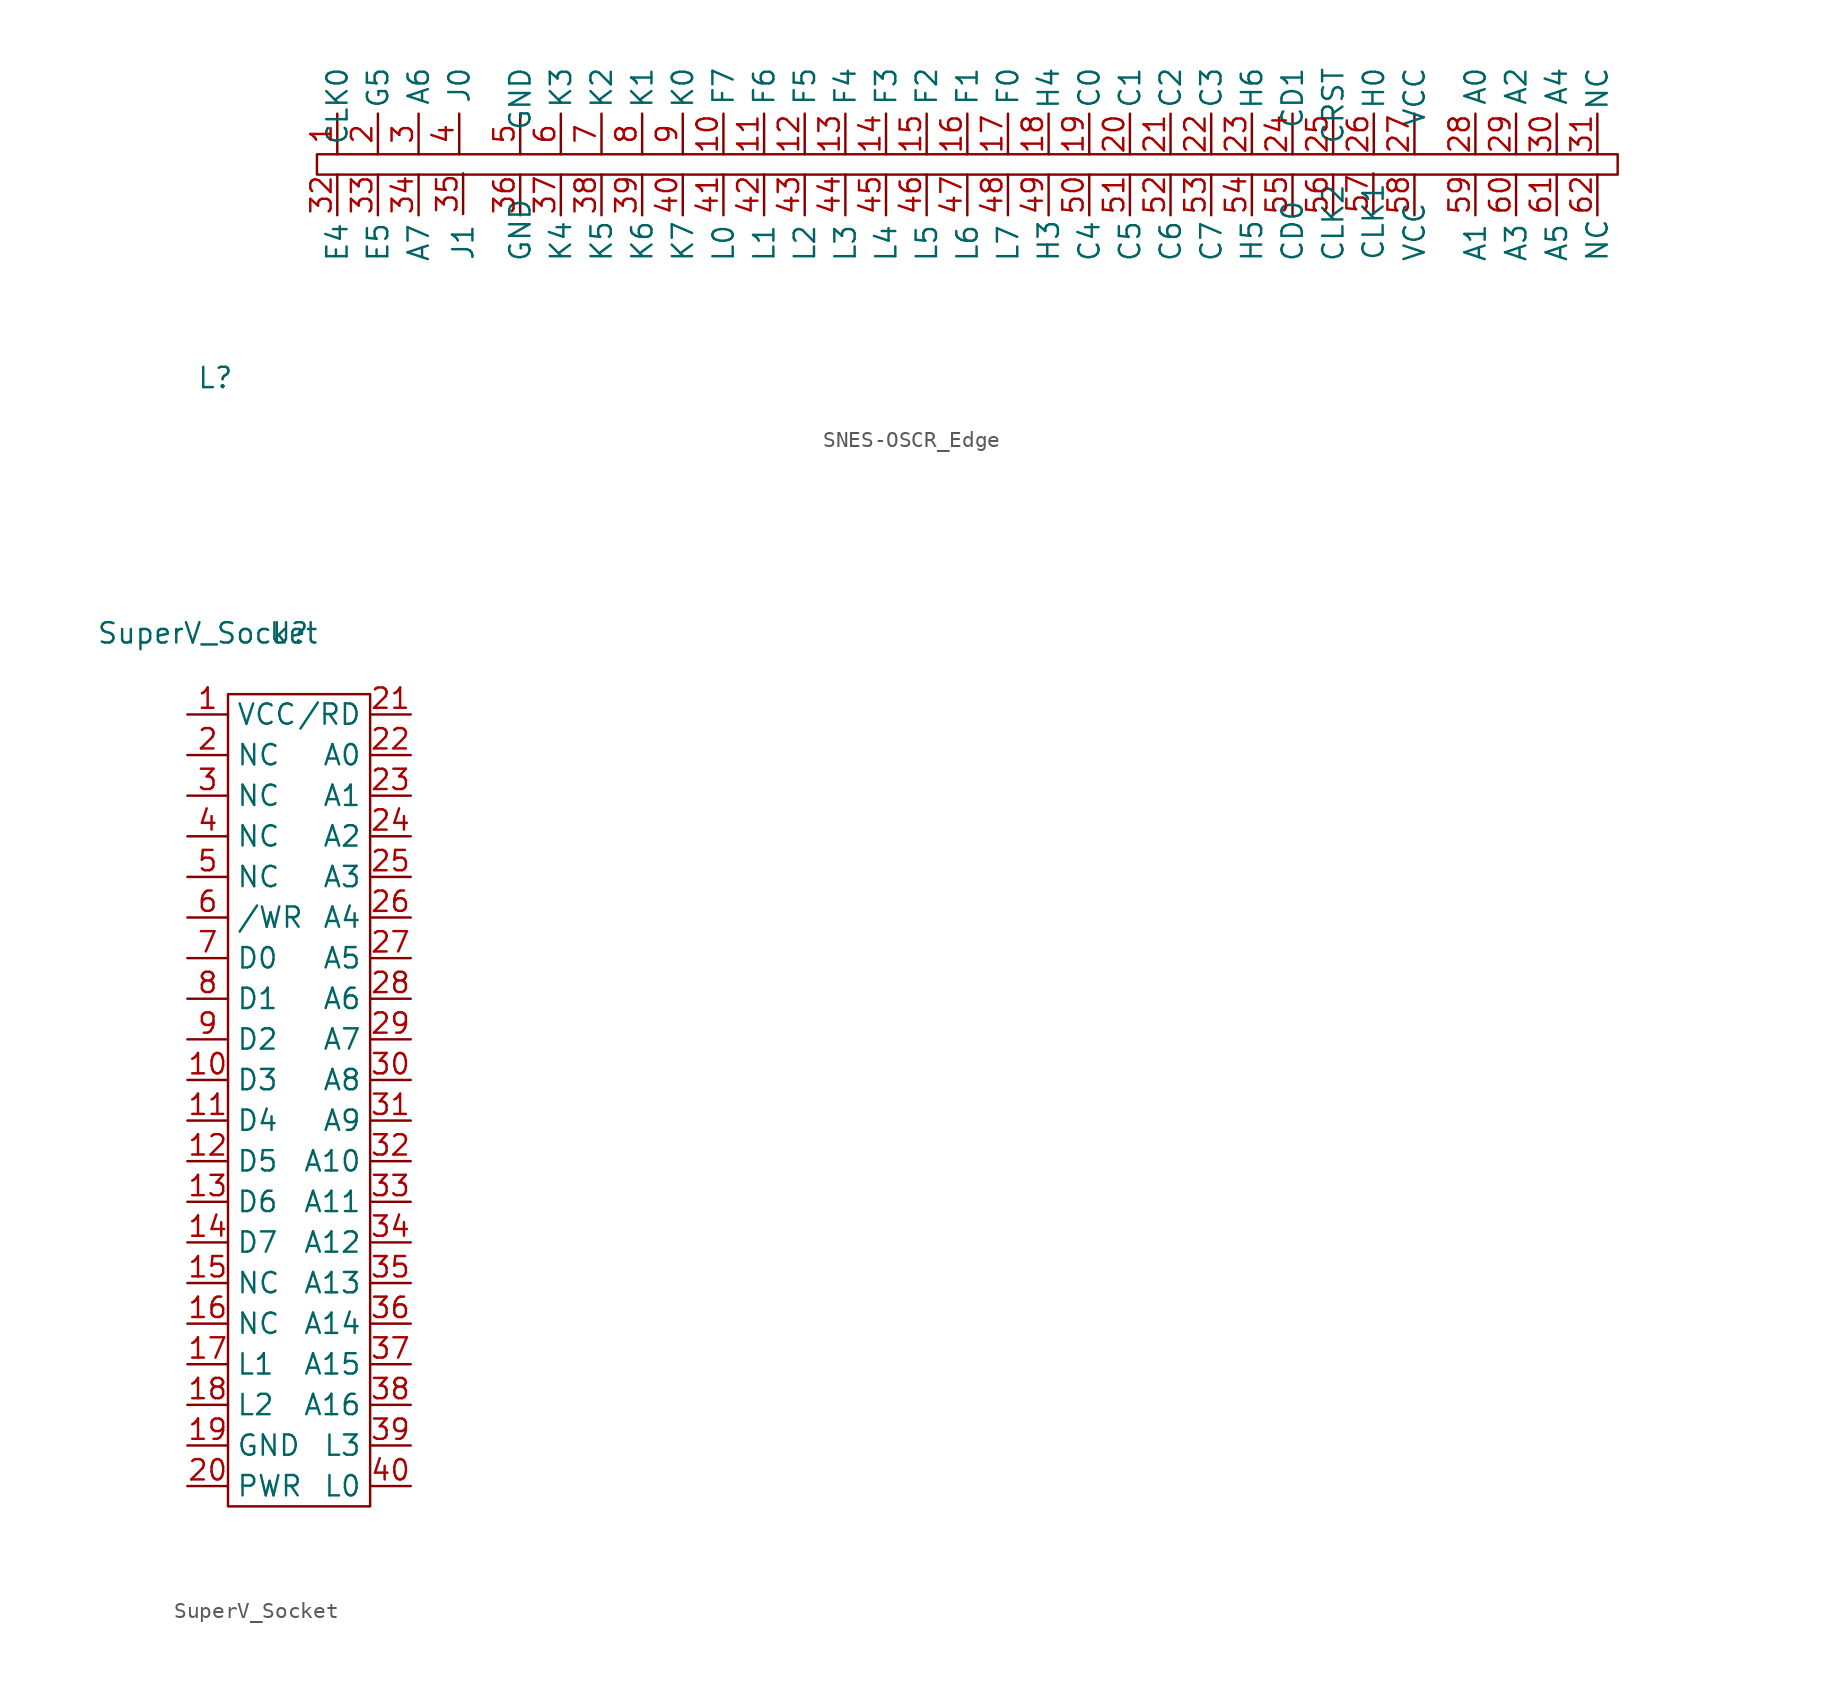
<source format=kicad_sym>
(kicad_symbol_lib
  (version 20211014)
  (generator kicad_symbol_editor)
  (symbol "SNES-OSCR_Edge"
    (pin_names
      (offset -5.5))
    (property "Reference" "L"
      (at 0 0 0)
      (effects (font (size 1.27 1.27))))
    (symbol "SNES-OSCR_Edge_0_1"
      (rectangle (start 6.35 13.97) (end 87.63 12.7) (stroke (width 0) (type default) (color 0 0 0 0)) (fill (type none))))
    (symbol "SNES-OSCR_Edge_1_1"
      (pin input line (at 7.62 16.51 270) (length 2.54) (name "CLK0" (effects (font (size 1.27 1.27)))) (number "1" (effects (font (size 1.27 1.27)))))
      (pin input line (at 31.75 16.51 270) (length 2.54) (name "F7" (effects (font (size 1.27 1.27)))) (number "10" (effects (font (size 1.27 1.27)))))
      (pin input line (at 34.29 16.51 270) (length 2.54) (name "F6" (effects (font (size 1.27 1.27)))) (number "11" (effects (font (size 1.27 1.27)))))
      (pin input line (at 36.83 16.51 270) (length 2.54) (name "F5" (effects (font (size 1.27 1.27)))) (number "12" (effects (font (size 1.27 1.27)))))
      (pin input line (at 39.37 16.51 270) (length 2.54) (name "F4" (effects (font (size 1.27 1.27)))) (number "13" (effects (font (size 1.27 1.27)))))
      (pin input line (at 41.91 16.51 270) (length 2.54) (name "F3" (effects (font (size 1.27 1.27)))) (number "14" (effects (font (size 1.27 1.27)))))
      (pin input line (at 44.45 16.51 270) (length 2.54) (name "F2" (effects (font (size 1.27 1.27)))) (number "15" (effects (font (size 1.27 1.27)))))
      (pin input line (at 46.99 16.51 270) (length 2.54) (name "F1" (effects (font (size 1.27 1.27)))) (number "16" (effects (font (size 1.27 1.27)))))
      (pin input line (at 49.53 16.51 270) (length 2.54) (name "F0" (effects (font (size 1.27 1.27)))) (number "17" (effects (font (size 1.27 1.27)))))
      (pin input line (at 52.07 16.51 270) (length 2.54) (name "H4" (effects (font (size 1.27 1.27)))) (number "18" (effects (font (size 1.27 1.27)))))
      (pin input line (at 54.61 16.51 270) (length 2.54) (name "C0" (effects (font (size 1.27 1.27)))) (number "19" (effects (font (size 1.27 1.27)))))
      (pin input line (at 10.16 16.51 270) (length 2.54) (name "G5" (effects (font (size 1.27 1.27)))) (number "2" (effects (font (size 1.27 1.27)))))
      (pin input line (at 57.15 16.51 270) (length 2.54) (name "C1" (effects (font (size 1.27 1.27)))) (number "20" (effects (font (size 1.27 1.27)))))
      (pin input line (at 59.69 16.51 270) (length 2.54) (name "C2" (effects (font (size 1.27 1.27)))) (number "21" (effects (font (size 1.27 1.27)))))
      (pin input line (at 62.23 16.51 270) (length 2.54) (name "C3" (effects (font (size 1.27 1.27)))) (number "22" (effects (font (size 1.27 1.27)))))
      (pin input line (at 64.77 16.51 270) (length 2.54) (name "H6" (effects (font (size 1.27 1.27)))) (number "23" (effects (font (size 1.27 1.27)))))
      (pin input line (at 67.31 16.51 270) (length 2.54) (name "CD1" (effects (font (size 1.27 1.27)))) (number "24" (effects (font (size 1.27 1.27)))))
      (pin input line (at 69.85 16.51 270) (length 2.54) (name "CRST" (effects (font (size 1.27 1.27)))) (number "25" (effects (font (size 1.27 1.27)))))
      (pin input line (at 72.39 16.51 270) (length 2.54) (name "H0" (effects (font (size 1.27 1.27)))) (number "26" (effects (font (size 1.27 1.27)))))
      (pin input line (at 74.93 16.51 270) (length 2.54) (name "VCC" (effects (font (size 1.27 1.27)))) (number "27" (effects (font (size 1.27 1.27)))))
      (pin input line (at 78.74 16.51 270) (length 2.54) (name "A0" (effects (font (size 1.27 1.27)))) (number "28" (effects (font (size 1.27 1.27)))))
      (pin input line (at 81.28 16.51 270) (length 2.54) (name "A2" (effects (font (size 1.27 1.27)))) (number "29" (effects (font (size 1.27 1.27)))))
      (pin input line (at 12.7 16.51 270) (length 2.54) (name "A6" (effects (font (size 1.27 1.27)))) (number "3" (effects (font (size 1.27 1.27)))))
      (pin input line (at 83.82 16.51 270) (length 2.54) (name "A4" (effects (font (size 1.27 1.27)))) (number "30" (effects (font (size 1.27 1.27)))))
      (pin input line (at 86.36 16.51 270) (length 2.54) (name "NC" (effects (font (size 1.27 1.27)))) (number "31" (effects (font (size 1.27 1.27)))))
      (pin input line (at 7.62 10.16 90) (length 2.54) (name "E4" (effects (font (size 1.27 1.27)))) (number "32" (effects (font (size 1.27 1.27)))))
      (pin input line (at 10.16 10.16 90) (length 2.54) (name "E5" (effects (font (size 1.27 1.27)))) (number "33" (effects (font (size 1.27 1.27)))))
      (pin input line (at 12.7 10.16 90) (length 2.54) (name "A7" (effects (font (size 1.27 1.27)))) (number "34" (effects (font (size 1.27 1.27)))))
      (pin input line (at 15.483 10.236 90) (length 2.54) (name "J1" (effects (font (size 1.27 1.27)))) (number "35" (effects (font (size 1.27 1.27)))))
      (pin input line (at 19.05 10.16 90) (length 2.54) (name "GND" (effects (font (size 1.27 1.27)))) (number "36" (effects (font (size 1.27 1.27)))))
      (pin input line (at 21.59 10.16 90) (length 2.54) (name "K4" (effects (font (size 1.27 1.27)))) (number "37" (effects (font (size 1.27 1.27)))))
      (pin input line (at 24.13 10.16 90) (length 2.54) (name "K5" (effects (font (size 1.27 1.27)))) (number "38" (effects (font (size 1.27 1.27)))))
      (pin input line (at 26.67 10.16 90) (length 2.54) (name "K6" (effects (font (size 1.27 1.27)))) (number "39" (effects (font (size 1.27 1.27)))))
      (pin input line (at 15.24 16.51 270) (length 2.54) (name "J0" (effects (font (size 1.27 1.27)))) (number "4" (effects (font (size 1.27 1.27)))))
      (pin input line (at 29.21 10.16 90) (length 2.54) (name "K7" (effects (font (size 1.27 1.27)))) (number "40" (effects (font (size 1.27 1.27)))))
      (pin input line (at 31.75 10.16 90) (length 2.54) (name "L0" (effects (font (size 1.27 1.27)))) (number "41" (effects (font (size 1.27 1.27)))))
      (pin input line (at 34.29 10.16 90) (length 2.54) (name "L1" (effects (font (size 1.27 1.27)))) (number "42" (effects (font (size 1.27 1.27)))))
      (pin input line (at 36.83 10.16 90) (length 2.54) (name "L2" (effects (font (size 1.27 1.27)))) (number "43" (effects (font (size 1.27 1.27)))))
      (pin input line (at 39.37 10.16 90) (length 2.54) (name "L3" (effects (font (size 1.27 1.27)))) (number "44" (effects (font (size 1.27 1.27)))))
      (pin input line (at 41.91 10.16 90) (length 2.54) (name "L4" (effects (font (size 1.27 1.27)))) (number "45" (effects (font (size 1.27 1.27)))))
      (pin input line (at 44.45 10.16 90) (length 2.54) (name "L5" (effects (font (size 1.27 1.27)))) (number "46" (effects (font (size 1.27 1.27)))))
      (pin input line (at 46.99 10.16 90) (length 2.54) (name "L6" (effects (font (size 1.27 1.27)))) (number "47" (effects (font (size 1.27 1.27)))))
      (pin input line (at 49.53 10.16 90) (length 2.54) (name "L7" (effects (font (size 1.27 1.27)))) (number "48" (effects (font (size 1.27 1.27)))))
      (pin input line (at 52.07 10.16 90) (length 2.54) (name "H3" (effects (font (size 1.27 1.27)))) (number "49" (effects (font (size 1.27 1.27)))))
      (pin input line (at 19.05 16.51 270) (length 2.54) (name "GND" (effects (font (size 1.27 1.27)))) (number "5" (effects (font (size 1.27 1.27)))))
      (pin input line (at 54.61 10.16 90) (length 2.54) (name "C4" (effects (font (size 1.27 1.27)))) (number "50" (effects (font (size 1.27 1.27)))))
      (pin input line (at 57.15 10.16 90) (length 2.54) (name "C5" (effects (font (size 1.27 1.27)))) (number "51" (effects (font (size 1.27 1.27)))))
      (pin input line (at 59.69 10.16 90) (length 2.54) (name "C6" (effects (font (size 1.27 1.27)))) (number "52" (effects (font (size 1.27 1.27)))))
      (pin input line (at 62.23 10.16 90) (length 2.54) (name "C7" (effects (font (size 1.27 1.27)))) (number "53" (effects (font (size 1.27 1.27)))))
      (pin input line (at 64.77 10.16 90) (length 2.54) (name "H5" (effects (font (size 1.27 1.27)))) (number "54" (effects (font (size 1.27 1.27)))))
      (pin input line (at 67.31 10.16 90) (length 2.54) (name "CD0" (effects (font (size 1.27 1.27)))) (number "55" (effects (font (size 1.27 1.27)))))
      (pin input line (at 69.85 10.16 90) (length 2.54) (name "CLK2" (effects (font (size 1.27 1.27)))) (number "56" (effects (font (size 1.27 1.27)))))
      (pin input line (at 72.363 10.236 90) (length 2.54) (name "CLK1" (effects (font (size 1.27 1.27)))) (number "57" (effects (font (size 1.27 1.27)))))
      (pin input line (at 74.93 10.16 90) (length 2.54) (name "VCC" (effects (font (size 1.27 1.27)))) (number "58" (effects (font (size 1.27 1.27)))))
      (pin input line (at 78.74 10.16 90) (length 2.54) (name "A1" (effects (font (size 1.27 1.27)))) (number "59" (effects (font (size 1.27 1.27)))))
      (pin input line (at 21.59 16.51 270) (length 2.54) (name "K3" (effects (font (size 1.27 1.27)))) (number "6" (effects (font (size 1.27 1.27)))))
      (pin input line (at 81.28 10.16 90) (length 2.54) (name "A3" (effects (font (size 1.27 1.27)))) (number "60" (effects (font (size 1.27 1.27)))))
      (pin input line (at 83.82 10.16 90) (length 2.54) (name "A5" (effects (font (size 1.27 1.27)))) (number "61" (effects (font (size 1.27 1.27)))))
      (pin input line (at 86.36 10.16 90) (length 2.54) (name "NC" (effects (font (size 1.27 1.27)))) (number "62" (effects (font (size 1.27 1.27)))))
      (pin input line (at 24.13 16.51 270) (length 2.54) (name "K2" (effects (font (size 1.27 1.27)))) (number "7" (effects (font (size 1.27 1.27)))))
      (pin input line (at 26.67 16.51 270) (length 2.54) (name "K1" (effects (font (size 1.27 1.27)))) (number "8" (effects (font (size 1.27 1.27)))))
      (pin input line (at 29.21 16.51 270) (length 2.54) (name "K0" (effects (font (size 1.27 1.27)))) (number "9" (effects (font (size 1.27 1.27)))))))
  (symbol "SuperV_Socket"
    (property "Reference" "U"
      (at 5.08 0 0)
      (effects (font (size 1.27 1.27))))
    (property "Value" "SuperV_Socket"
      (at 0 0 0)
      (effects (font (size 1.27 1.27))))
    (symbol "SuperV_Socket_0_0"
      (pin output line (at -1.27 -5.08 0) (length 2.54) (name "VCC" (effects (font (size 1.27 1.27)))) (number "1" (effects (font (size 1.27 1.27)))))
      (pin input line (at -1.27 -27.94 0) (length 2.54) (name "D3" (effects (font (size 1.27 1.27)))) (number "10" (effects (font (size 1.27 1.27)))))
      (pin input line (at -1.27 -30.48 0) (length 2.54) (name "D4" (effects (font (size 1.27 1.27)))) (number "11" (effects (font (size 1.27 1.27)))))
      (pin input line (at -1.27 -33.02 0) (length 2.54) (name "D5" (effects (font (size 1.27 1.27)))) (number "12" (effects (font (size 1.27 1.27)))))
      (pin input line (at -1.27 -35.56 0) (length 2.54) (name "D6" (effects (font (size 1.27 1.27)))) (number "13" (effects (font (size 1.27 1.27)))))
      (pin input line (at -1.27 -38.1 0) (length 2.54) (name "D7" (effects (font (size 1.27 1.27)))) (number "14" (effects (font (size 1.27 1.27)))))
      (pin free line (at -1.27 -40.64 0) (length 2.54) (name "NC" (effects (font (size 1.27 1.27)))) (number "15" (effects (font (size 1.27 1.27)))))
      (pin free line (at -1.27 -43.18 0) (length 2.54) (name "NC" (effects (font (size 1.27 1.27)))) (number "16" (effects (font (size 1.27 1.27)))))
      (pin output line (at -1.27 -45.72 0) (length 2.54) (name "L1" (effects (font (size 1.27 1.27)))) (number "17" (effects (font (size 1.27 1.27)))))
      (pin output line (at -1.27 -48.26 0) (length 2.54) (name "L2" (effects (font (size 1.27 1.27)))) (number "18" (effects (font (size 1.27 1.27)))))
      (pin output line (at -1.27 -50.8 0) (length 2.54) (name "GND" (effects (font (size 1.27 1.27)))) (number "19" (effects (font (size 1.27 1.27)))))
      (pin free line (at -1.27 -7.62 0) (length 2.54) (name "NC" (effects (font (size 1.27 1.27)))) (number "2" (effects (font (size 1.27 1.27)))))
      (pin input line (at -1.27 -53.34 0) (length 2.54) (name "PWR" (effects (font (size 1.27 1.27)))) (number "20" (effects (font (size 1.27 1.27)))))
      (pin output line (at 12.7 -5.08 180) (length 2.54) (name "/RD" (effects (font (size 1.27 1.27)))) (number "21" (effects (font (size 1.27 1.27)))))
      (pin input line (at 12.7 -7.62 180) (length 2.54) (name "A0" (effects (font (size 1.27 1.27)))) (number "22" (effects (font (size 1.27 1.27)))))
      (pin input line (at 12.7 -10.16 180) (length 2.54) (name "A1" (effects (font (size 1.27 1.27)))) (number "23" (effects (font (size 1.27 1.27)))))
      (pin input line (at 12.7 -12.7 180) (length 2.54) (name "A2" (effects (font (size 1.27 1.27)))) (number "24" (effects (font (size 1.27 1.27)))))
      (pin input line (at 12.7 -15.24 180) (length 2.54) (name "A3" (effects (font (size 1.27 1.27)))) (number "25" (effects (font (size 1.27 1.27)))))
      (pin input line (at 12.7 -17.78 180) (length 2.54) (name "A4" (effects (font (size 1.27 1.27)))) (number "26" (effects (font (size 1.27 1.27)))))
      (pin input line (at 12.7 -20.32 180) (length 2.54) (name "A5" (effects (font (size 1.27 1.27)))) (number "27" (effects (font (size 1.27 1.27)))))
      (pin input line (at 12.7 -22.86 180) (length 2.54) (name "A6" (effects (font (size 1.27 1.27)))) (number "28" (effects (font (size 1.27 1.27)))))
      (pin input line (at 12.7 -25.4 180) (length 2.54) (name "A7" (effects (font (size 1.27 1.27)))) (number "29" (effects (font (size 1.27 1.27)))))
      (pin free line (at -1.27 -10.16 0) (length 2.54) (name "NC" (effects (font (size 1.27 1.27)))) (number "3" (effects (font (size 1.27 1.27)))))
      (pin input line (at 12.7 -27.94 180) (length 2.54) (name "A8" (effects (font (size 1.27 1.27)))) (number "30" (effects (font (size 1.27 1.27)))))
      (pin input line (at 12.7 -30.48 180) (length 2.54) (name "A9" (effects (font (size 1.27 1.27)))) (number "31" (effects (font (size 1.27 1.27)))))
      (pin input line (at 12.7 -33.02 180) (length 2.54) (name "A10" (effects (font (size 1.27 1.27)))) (number "32" (effects (font (size 1.27 1.27)))))
      (pin input line (at 12.7 -35.56 180) (length 2.54) (name "A11" (effects (font (size 1.27 1.27)))) (number "33" (effects (font (size 1.27 1.27)))))
      (pin input line (at 12.7 -38.1 180) (length 2.54) (name "A12" (effects (font (size 1.27 1.27)))) (number "34" (effects (font (size 1.27 1.27)))))
      (pin input line (at 12.7 -40.64 180) (length 2.54) (name "A13" (effects (font (size 1.27 1.27)))) (number "35" (effects (font (size 1.27 1.27)))))
      (pin input line (at 12.7 -43.18 180) (length 2.54) (name "A14" (effects (font (size 1.27 1.27)))) (number "36" (effects (font (size 1.27 1.27)))))
      (pin input line (at 12.7 -45.72 180) (length 2.54) (name "A15" (effects (font (size 1.27 1.27)))) (number "37" (effects (font (size 1.27 1.27)))))
      (pin input line (at 12.7 -48.26 180) (length 2.54) (name "A16" (effects (font (size 1.27 1.27)))) (number "38" (effects (font (size 1.27 1.27)))))
      (pin output line (at 12.7 -50.8 180) (length 2.54) (name "L3" (effects (font (size 1.27 1.27)))) (number "39" (effects (font (size 1.27 1.27)))))
      (pin free line (at -1.27 -12.7 0) (length 2.54) (name "NC" (effects (font (size 1.27 1.27)))) (number "4" (effects (font (size 1.27 1.27)))))
      (pin output line (at 12.7 -53.34 180) (length 2.54) (name "L0" (effects (font (size 1.27 1.27)))) (number "40" (effects (font (size 1.27 1.27)))))
      (pin free line (at -1.27 -15.24 0) (length 2.54) (name "NC" (effects (font (size 1.27 1.27)))) (number "5" (effects (font (size 1.27 1.27)))))
      (pin output line (at -1.27 -17.78 0) (length 2.54) (name "/WR" (effects (font (size 1.27 1.27)))) (number "6" (effects (font (size 1.27 1.27)))))
      (pin input line (at -1.27 -20.32 0) (length 2.54) (name "D0" (effects (font (size 1.27 1.27)))) (number "7" (effects (font (size 1.27 1.27)))))
      (pin input line (at -1.27 -22.86 0) (length 2.54) (name "D1" (effects (font (size 1.27 1.27)))) (number "8" (effects (font (size 1.27 1.27)))))
      (pin input line (at -1.27 -25.4 0) (length 2.54) (name "D2" (effects (font (size 1.27 1.27)))) (number "9" (effects (font (size 1.27 1.27))))))
    (symbol "SuperV_Socket_0_1"
      (rectangle (start 1.27 -3.81) (end 10.16 -54.61) (stroke (width 0) (type default) (color 0 0 0 0)) (fill (type none))))))
</source>
